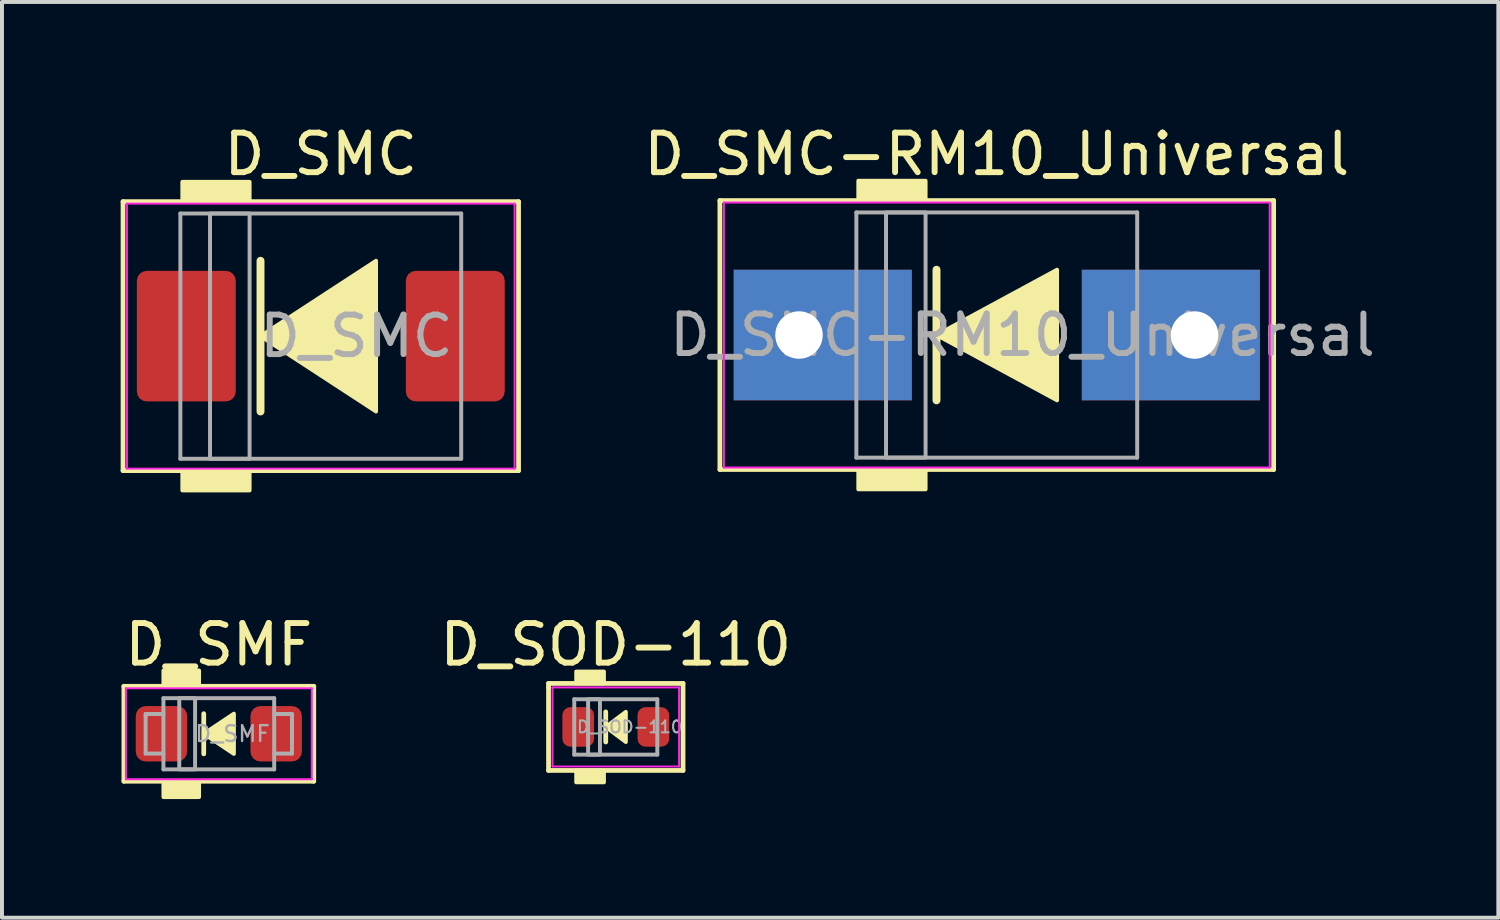
<source format=kicad_pcb>
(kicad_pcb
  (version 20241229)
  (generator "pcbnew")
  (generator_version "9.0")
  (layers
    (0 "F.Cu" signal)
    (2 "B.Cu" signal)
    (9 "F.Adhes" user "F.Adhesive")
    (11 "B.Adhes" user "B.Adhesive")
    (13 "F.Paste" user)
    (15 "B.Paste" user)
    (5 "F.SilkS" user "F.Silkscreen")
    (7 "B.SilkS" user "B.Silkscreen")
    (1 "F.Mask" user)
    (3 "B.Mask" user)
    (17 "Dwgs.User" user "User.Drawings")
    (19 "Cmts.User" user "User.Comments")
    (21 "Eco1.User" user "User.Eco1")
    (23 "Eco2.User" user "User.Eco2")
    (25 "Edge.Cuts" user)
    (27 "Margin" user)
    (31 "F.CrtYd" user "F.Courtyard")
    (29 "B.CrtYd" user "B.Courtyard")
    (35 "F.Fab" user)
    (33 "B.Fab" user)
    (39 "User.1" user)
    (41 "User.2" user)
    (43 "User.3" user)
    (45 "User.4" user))
  (footprint "D_SOD-110"
    (layer "F.Cu")
    (at 12.518 15.328)
    (property "Reference" "D_SOD-110" (at 0 -2.081 0) (layer "F.SilkS") (effects (font (size 1 1) (thickness 0.15))))
    (attr smd)
    (fp_line (start -1.7 -1.1) (end -1.7 -1) (stroke (width 0.12) (type solid)) (layer "F.SilkS"))
    (fp_line (start -1.7 -1) (end -1.7 1.1) (stroke (width 0.12) (type solid)) (layer "F.SilkS"))
    (fp_line (start -1.7 1.1) (end 1.7 1.1) (stroke (width 0.12) (type solid)) (layer "F.SilkS"))
    (fp_line (start -0.254 -0.381) (end -0.254 0.381) (stroke (width 0.12) (type solid)) (layer "F.SilkS"))
    (fp_line (start 1.7 -1.1) (end -1.7 -1.1) (stroke (width 0.12) (type solid)) (layer "F.SilkS"))
    (fp_line (start 1.7 1.1) (end 1.7 -1.1) (stroke (width 0.12) (type solid)) (layer "F.SilkS"))
    (fp_poly (pts (xy 0.254 0.381) (xy -0.254 0) (xy 0.254 -0.381)) (stroke (width 0.1) (type solid)) (fill yes) (layer "F.SilkS"))
    (fp_poly (pts (xy -0.3 -1.1) (xy -1 -1.1) (xy -1 -1.4) (xy -0.3 -1.4)) (stroke (width 0.1) (type solid)) (fill yes) (layer "F.SilkS"))
    (fp_poly (pts (xy -0.3 1.4) (xy -1 1.4) (xy -1 1.1) (xy -0.3 1.1)) (stroke (width 0.1) (type solid)) (fill yes) (layer "F.SilkS"))
    (fp_line (start -1.6 -1) (end -1.6 1) (stroke (width 0.05) (type solid)) (layer "F.CrtYd"))
    (fp_line (start -1.6 -1) (end 1.6 -1) (stroke (width 0.05) (type solid)) (layer "F.CrtYd"))
    (fp_line (start 1.6 -1) (end 1.6 1) (stroke (width 0.05) (type solid)) (layer "F.CrtYd"))
    (fp_line (start 1.6 1) (end -1.6 1) (stroke (width 0.05) (type solid)) (layer "F.CrtYd"))
    (fp_line (start -1.05 -0.7) (end -1.05 0.7) (stroke (width 0.1) (type solid)) (layer "F.Fab"))
    (fp_line (start -1.05 0.7) (end 1.05 0.7) (stroke (width 0.1) (type solid)) (layer "F.Fab"))
    (fp_line (start 1.05 -0.7) (end -1.05 -0.7) (stroke (width 0.1) (type solid)) (layer "F.Fab"))
    (fp_line (start 1.05 0.7) (end 1.05 -0.7) (stroke (width 0.1) (type solid)) (layer "F.Fab"))
    (fp_rect (start -0.7 -0.7) (end -0.4 0.7) (stroke (width 0.1) (type solid)) (fill no) (layer "F.Fab"))
    (fp_text user "${REFERENCE}" (at 0.35 0 0) (layer "F.Fab") (effects (font (size 0.3 0.3) (thickness 0.05))))
    (pad "1" smd roundrect (at -0.95 0) (size 0.8 1) (layers "F.Cu" "F.Mask" "F.Paste") (roundrect_rratio 0.25))
    (pad "2" smd roundrect (at 0.95 0) (size 0.8 1) (layers "F.Cu" "F.Mask" "F.Paste") (roundrect_rratio 0.25)))
  (footprint "D_SMF"
    (layer "F.Cu")
    (at 2.482 15.501)
    (property "Reference" "D_SMF" (at 0 -2.254 0) (layer "F.SilkS") (effects (font (size 1 1) (thickness 0.15))))
    (attr smd)
    (fp_line (start -2.4 -1.2) (end -2.4 1.2) (stroke (width 0.12) (type solid)) (layer "F.SilkS"))
    (fp_line (start -2.4 1.2) (end 2.4 1.2) (stroke (width 0.12) (type solid)) (layer "F.SilkS"))
    (fp_line (start -0.381 -0.508) (end -0.381 0.508) (stroke (width 0.12) (type solid)) (layer "F.SilkS"))
    (fp_line (start 2.4 -1.2) (end -2.4 -1.2) (stroke (width 0.12) (type solid)) (layer "F.SilkS"))
    (fp_line (start 2.4 1.2) (end 2.4 -1.2) (stroke (width 0.12) (type solid)) (layer "F.SilkS"))
    (fp_poly (pts (xy 0.381 0.508) (xy -0.381 0) (xy 0.381 -0.508)) (stroke (width 0.1) (type solid)) (fill yes) (layer "F.SilkS"))
    (fp_poly (pts (xy -0.5 -1.2) (xy -1.4 -1.2) (xy -1.4 -1.6) (xy -0.5 -1.6)) (stroke (width 0.1) (type solid)) (fill yes) (layer "F.SilkS"))
    (fp_poly (pts (xy -0.5 1.6) (xy -1.4 1.6) (xy -1.4 1.2) (xy -0.5 1.2)) (stroke (width 0.1) (type solid)) (fill yes) (layer "F.SilkS"))
    (fp_line (start -2.35 -1.15) (end 2.35 -1.15) (stroke (width 0.05) (type solid)) (layer "F.CrtYd"))
    (fp_line (start -2.35 1.15) (end -2.35 -1.15) (stroke (width 0.05) (type solid)) (layer "F.CrtYd"))
    (fp_line (start 2.35 -1.15) (end 2.35 1.15) (stroke (width 0.05) (type solid)) (layer "F.CrtYd"))
    (fp_line (start 2.35 1.15) (end -2.35 1.15) (stroke (width 0.05) (type solid)) (layer "F.CrtYd"))
    (fp_line (start -1.85 -0.5) (end -1.4 -0.5) (stroke (width 0.1) (type solid)) (layer "F.Fab"))
    (fp_line (start -1.85 -0.45) (end -1.85 -0.5) (stroke (width 0.1) (type solid)) (layer "F.Fab"))
    (fp_line (start -1.85 0.5) (end -1.85 -0.45) (stroke (width 0.1) (type solid)) (layer "F.Fab"))
    (fp_line (start -1.85 0.5) (end -1.4 0.5) (stroke (width 0.1) (type solid)) (layer "F.Fab"))
    (fp_line (start -1.4 0.9) (end -1.4 -0.9) (stroke (width 0.1) (type solid)) (layer "F.Fab"))
    (fp_line (start 1.4 -0.9) (end -1.4 -0.9) (stroke (width 0.1) (type solid)) (layer "F.Fab"))
    (fp_line (start 1.4 -0.9) (end 1.4 0.9) (stroke (width 0.1) (type solid)) (layer "F.Fab"))
    (fp_line (start 1.4 0.9) (end -1.4 0.9) (stroke (width 0.1) (type solid)) (layer "F.Fab"))
    (fp_line (start 1.85 -0.5) (end 1.4 -0.5) (stroke (width 0.1) (type solid)) (layer "F.Fab"))
    (fp_line (start 1.85 -0.5) (end 1.85 0.45) (stroke (width 0.1) (type solid)) (layer "F.Fab"))
    (fp_line (start 1.85 0.45) (end 1.85 0.5) (stroke (width 0.1) (type solid)) (layer "F.Fab"))
    (fp_line (start 1.85 0.5) (end 1.4 0.5) (stroke (width 0.1) (type solid)) (layer "F.Fab"))
    (fp_rect (start -1 -0.9) (end -0.6 0.9) (stroke (width 0.1) (type solid)) (fill no) (layer "F.Fab"))
    (fp_text user "${REFERENCE}" (at 0.35 0 0) (layer "F.Fab") (effects (font (size 0.4 0.4) (thickness 0.06))))
    (pad "1" smd roundrect (at -1.45 0) (size 1.3 1.4) (layers "F.Cu" "F.Mask" "F.Paste") (roundrect_rratio 0.192))
    (pad "2" smd roundrect (at 1.45 0) (size 1.3 1.4) (layers "F.Cu" "F.Mask" "F.Paste") (roundrect_rratio 0.192)))
  (footprint "D_SMC-RM10_Universal"
    (layer "F.Cu")
    (at 22.15 5.42)
    (property "Reference" "D_SMC-RM10_Universal" (at 0 -4.572 0) (layer "F.SilkS") (effects (font (size 1 1) (thickness 0.15))))
    (attr through_hole)
    (fp_line (start -7 -3.4) (end -7 3.4) (stroke (width 0.12) (type solid)) (layer "F.SilkS"))
    (fp_line (start -7 3.4) (end 7 3.4) (stroke (width 0.12) (type solid)) (layer "F.SilkS"))
    (fp_line (start -1.524 -1.651) (end -1.524 1.651) (stroke (width 0.2) (type solid)) (layer "F.SilkS"))
    (fp_line (start 7 -3.4) (end -7 -3.4) (stroke (width 0.12) (type solid)) (layer "F.SilkS"))
    (fp_line (start 7 3.4) (end 7 -3.4) (stroke (width 0.12) (type solid)) (layer "F.SilkS"))
    (fp_poly (pts (xy 1.524 1.651) (xy -1.524 0) (xy 1.524 -1.651)) (stroke (width 0.1) (type solid)) (fill yes) (layer "F.SilkS"))
    (fp_poly (pts (xy -1.8 -3.4) (xy -3.5 -3.4) (xy -3.5 -3.9) (xy -1.8 -3.9)) (stroke (width 0.1) (type solid)) (fill yes) (layer "F.SilkS"))
    (fp_poly (pts (xy -1.8 3.9) (xy -3.5 3.9) (xy -3.5 3.4) (xy -1.8 3.4)) (stroke (width 0.1) (type solid)) (fill yes) (layer "F.SilkS"))
    (fp_line (start -6.9 -3.35) (end 6.9 -3.35) (stroke (width 0.05) (type solid)) (layer "F.CrtYd"))
    (fp_line (start -6.9 3.35) (end -6.9 -3.35) (stroke (width 0.05) (type solid)) (layer "F.CrtYd"))
    (fp_line (start 6.9 -3.35) (end 6.9 3.35) (stroke (width 0.05) (type solid)) (layer "F.CrtYd"))
    (fp_line (start 6.9 3.35) (end -6.9 3.35) (stroke (width 0.05) (type solid)) (layer "F.CrtYd"))
    (fp_line (start -3.55 3.1) (end -3.55 -3.1) (stroke (width 0.1) (type solid)) (layer "F.Fab"))
    (fp_line (start 3.55 -3.1) (end -3.55 -3.1) (stroke (width 0.1) (type solid)) (layer "F.Fab"))
    (fp_line (start 3.55 -3.1) (end 3.55 3.1) (stroke (width 0.1) (type solid)) (layer "F.Fab"))
    (fp_line (start 3.55 3.1) (end -3.55 3.1) (stroke (width 0.1) (type solid)) (layer "F.Fab"))
    (fp_rect (start -2.8 -3.1) (end -1.8 3.1) (stroke (width 0.1) (type solid)) (fill no) (layer "F.Fab"))
    (fp_text user "${REFERENCE}" (at 0.65 0 0) (layer "F.Fab") (effects (font (size 1 1) (thickness 0.15))))
    (pad "1" thru_hole rect (at -5 0) (size 4.5 3.3) (drill 1.2 (offset 0.6 0)) (layers "*.Cu" "*.Mask"))
    (pad "2" thru_hole rect (at 5 0 180) (size 4.5 3.3) (drill 1.2 (offset 0.6 0)) (layers "*.Cu" "*.Mask")))
  (footprint "D_SMC"
    (layer "F.Cu")
    (at 5.06 5.448)
    (property "Reference" "D_SMC" (at 0 -4.6 0) (layer "F.SilkS") (effects (font (size 1 1) (thickness 0.15))))
    (attr smd)
    (fp_line (start -5 -3.4) (end -5 3.4) (stroke (width 0.12) (type solid)) (layer "F.SilkS"))
    (fp_line (start -5 3.4) (end 5 3.4) (stroke (width 0.12) (type solid)) (layer "F.SilkS"))
    (fp_line (start -1.524 -1.905) (end -1.524 1.905) (stroke (width 0.2) (type solid)) (layer "F.SilkS"))
    (fp_line (start 5 -3.4) (end -5 -3.4) (stroke (width 0.12) (type solid)) (layer "F.SilkS"))
    (fp_line (start 5 3.4) (end 5 -3.4) (stroke (width 0.12) (type solid)) (layer "F.SilkS"))
    (fp_poly (pts (xy 1.397 1.905) (xy -1.524 0) (xy 1.397 -1.905)) (stroke (width 0.1) (type solid)) (fill yes) (layer "F.SilkS"))
    (fp_poly (pts (xy -1.8 -3.4) (xy -3.5 -3.4) (xy -3.5 -3.9) (xy -1.8 -3.9)) (stroke (width 0.1) (type solid)) (fill yes) (layer "F.SilkS"))
    (fp_poly (pts (xy -1.8 3.9) (xy -3.5 3.9) (xy -3.5 3.4) (xy -1.8 3.4)) (stroke (width 0.1) (type solid)) (fill yes) (layer "F.SilkS"))
    (fp_line (start -4.9 -3.35) (end 4.9 -3.35) (stroke (width 0.05) (type solid)) (layer "F.CrtYd"))
    (fp_line (start -4.9 3.35) (end -4.9 -3.35) (stroke (width 0.05) (type solid)) (layer "F.CrtYd"))
    (fp_line (start 4.9 -3.35) (end 4.9 3.35) (stroke (width 0.05) (type solid)) (layer "F.CrtYd"))
    (fp_line (start 4.9 3.35) (end -4.9 3.35) (stroke (width 0.05) (type solid)) (layer "F.CrtYd"))
    (fp_line (start -3.55 3.1) (end -3.55 -3.1) (stroke (width 0.1) (type solid)) (layer "F.Fab"))
    (fp_line (start 3.55 -3.1) (end -3.55 -3.1) (stroke (width 0.1) (type solid)) (layer "F.Fab"))
    (fp_line (start 3.55 -3.1) (end 3.55 3.1) (stroke (width 0.1) (type solid)) (layer "F.Fab"))
    (fp_line (start 3.55 3.1) (end -3.55 3.1) (stroke (width 0.1) (type solid)) (layer "F.Fab"))
    (fp_rect (start -2.8 -3.1) (end -1.8 3.1) (stroke (width 0.1) (type solid)) (fill no) (layer "F.Fab"))
    (fp_text user "${REFERENCE}" (at 0.9 0 0) (layer "F.Fab") (effects (font (size 1 1) (thickness 0.15))))
    (pad "1" smd roundrect (at -3.4 0 90) (size 3.3 2.5) (layers "F.Cu" "F.Mask" "F.Paste") (roundrect_rratio 0.1))
    (pad "2" smd roundrect (at 3.4 0 90) (size 3.3 2.5) (layers "F.Cu" "F.Mask" "F.Paste") (roundrect_rratio 0.1)))
  (gr_rect
    (start -3 -3)
    (end 34.83 20.151)
    (stroke (width 0.1) (type default))
    (fill no)
    (layer "Edge.Cuts")))
</source>
